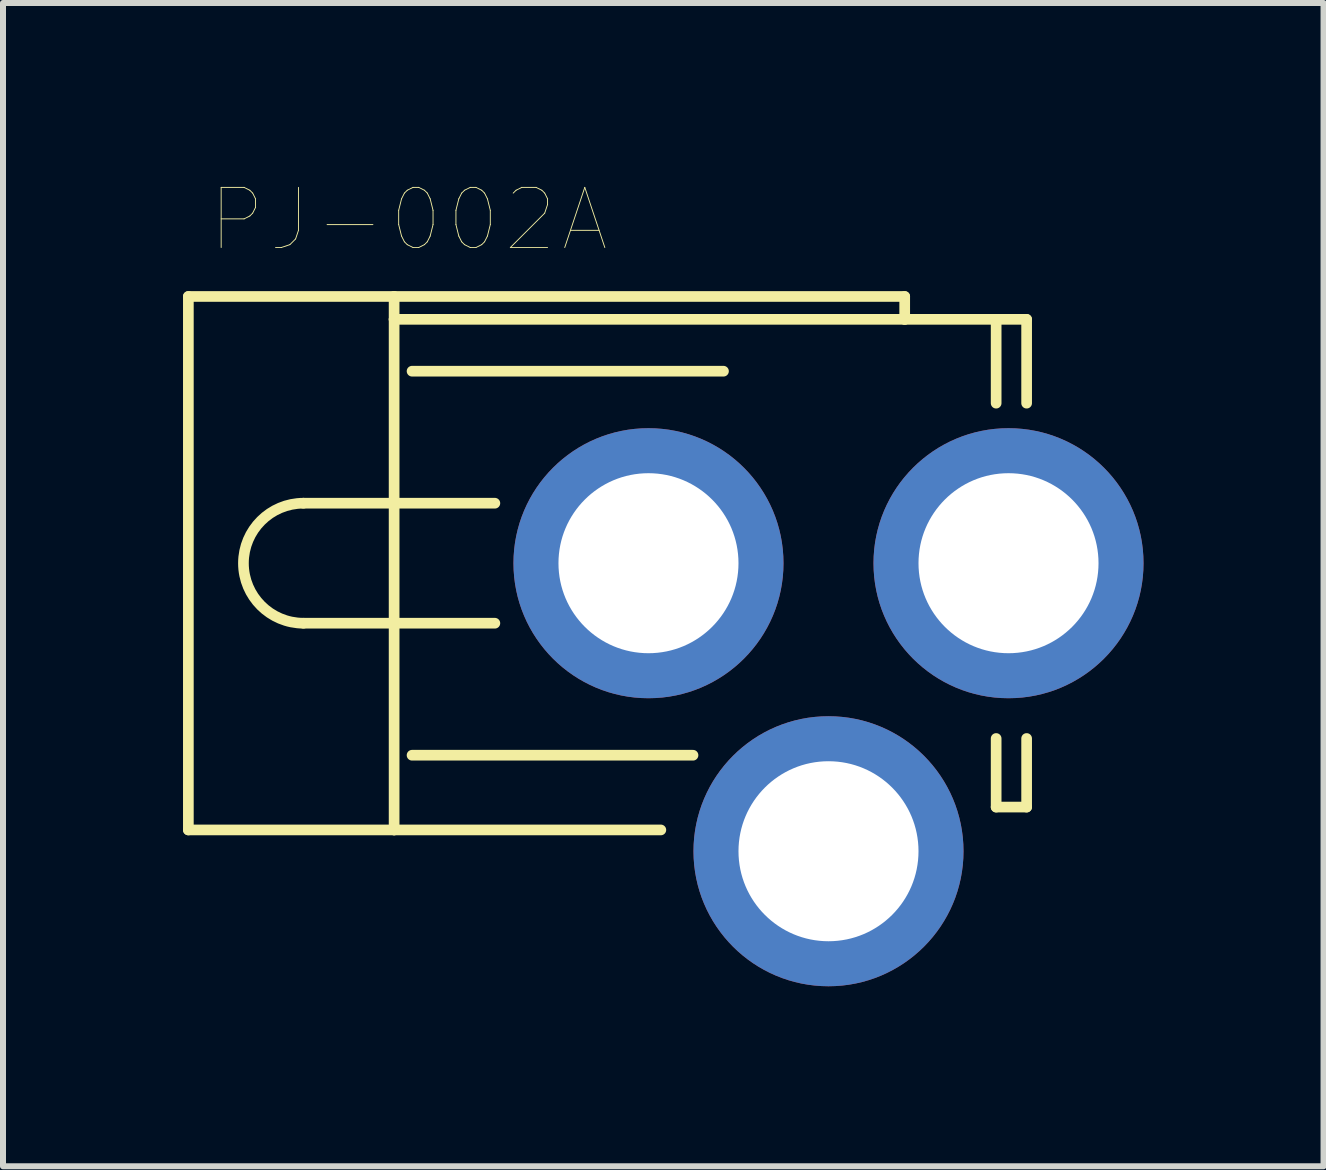
<source format=kicad_pcb>
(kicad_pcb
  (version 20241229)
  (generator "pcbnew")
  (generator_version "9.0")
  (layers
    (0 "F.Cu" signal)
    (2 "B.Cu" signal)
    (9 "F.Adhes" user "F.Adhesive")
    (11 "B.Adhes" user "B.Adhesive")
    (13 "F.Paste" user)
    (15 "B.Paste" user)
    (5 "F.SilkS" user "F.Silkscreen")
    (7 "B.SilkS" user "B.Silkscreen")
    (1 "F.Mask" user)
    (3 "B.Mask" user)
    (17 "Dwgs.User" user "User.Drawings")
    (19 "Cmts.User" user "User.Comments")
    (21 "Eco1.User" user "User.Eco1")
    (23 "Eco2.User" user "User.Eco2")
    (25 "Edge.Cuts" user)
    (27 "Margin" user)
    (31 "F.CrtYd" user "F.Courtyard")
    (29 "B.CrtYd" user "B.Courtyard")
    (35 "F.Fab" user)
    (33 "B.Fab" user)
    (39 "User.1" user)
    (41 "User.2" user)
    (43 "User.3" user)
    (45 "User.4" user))
  (footprint "PJ-002A"
    (layer "F.Cu")
    (at 10.757 6.336)
    (property "Reference" "PJ-002A" (at -6.996 -5.724 0) (layer "F.SilkS") (effects (font (size 1.002 1.002) (thickness 0.015))))
    (attr through_hole)
    (fp_line (start -10.668 -4.445) (end -7.239 -4.445) (stroke (width 0.178) (type solid)) (layer "F.SilkS"))
    (fp_line (start -10.668 4.445) (end -10.668 -4.445) (stroke (width 0.178) (type solid)) (layer "F.SilkS"))
    (fp_line (start -10.668 4.445) (end -7.239 4.445) (stroke (width 0.178) (type solid)) (layer "F.SilkS"))
    (fp_line (start -8.75 -1) (end -5.56 -1) (stroke (width 0.178) (type solid)) (layer "F.SilkS"))
    (fp_line (start -8.75 1) (end -5.56 1) (stroke (width 0.178) (type solid)) (layer "F.SilkS"))
    (fp_line (start -7.239 -4.445) (end 1.27 -4.445) (stroke (width 0.178) (type solid)) (layer "F.SilkS"))
    (fp_line (start -7.239 -4.064) (end -7.239 -4.445) (stroke (width 0.178) (type solid)) (layer "F.SilkS"))
    (fp_line (start -7.239 -4.064) (end 1.27 -4.064) (stroke (width 0.178) (type solid)) (layer "F.SilkS"))
    (fp_line (start -7.239 4.445) (end -7.239 -4.064) (stroke (width 0.178) (type solid)) (layer "F.SilkS"))
    (fp_line (start -7.239 4.445) (end -2.794 4.445) (stroke (width 0.178) (type solid)) (layer "F.SilkS"))
    (fp_line (start -6.94 -3.2) (end -1.75 -3.2) (stroke (width 0.178) (type solid)) (layer "F.SilkS"))
    (fp_line (start -6.94 3.2) (end -2.258 3.2) (stroke (width 0.178) (type solid)) (layer "F.SilkS"))
    (fp_line (start 1.27 -4.064) (end 1.27 -4.445) (stroke (width 0.178) (type solid)) (layer "F.SilkS"))
    (fp_line (start 1.27 -4.064) (end 2.794 -4.064) (stroke (width 0.178) (type solid)) (layer "F.SilkS"))
    (fp_line (start 2.794 -4.064) (end 3.302 -4.064) (stroke (width 0.178) (type solid)) (layer "F.SilkS"))
    (fp_line (start 2.794 -2.667) (end 2.794 -4.064) (stroke (width 0.178) (type solid)) (layer "F.SilkS"))
    (fp_line (start 2.794 4.064) (end 2.794 2.921) (stroke (width 0.178) (type solid)) (layer "F.SilkS"))
    (fp_line (start 2.794 4.064) (end 3.302 4.064) (stroke (width 0.178) (type solid)) (layer "F.SilkS"))
    (fp_line (start 3.302 -2.667) (end 3.302 -4.064) (stroke (width 0.178) (type solid)) (layer "F.SilkS"))
    (fp_line (start 3.302 4.064) (end 3.302 2.921) (stroke (width 0.178) (type solid)) (layer "F.SilkS"))
    (fp_arc (start -8.75 1) (mid -9.75 0) (end -8.75 -1) (stroke (width 0.1778) (type solid)) (layer "F.SilkS"))
    (pad "1" thru_hole circle (at -3 0) (size 4.5 4.5) (drill 3) (layers "*.Cu" "*.Mask"))
    (pad "2" thru_hole circle (at 0 4.8) (size 4.5 4.5) (drill 3) (layers "*.Cu" "*.Mask"))
    (pad "3" thru_hole circle (at 3 0) (size 4.5 4.5) (drill 3) (layers "*.Cu" "*.Mask")))
  (gr_rect
    (start -3 -3)
    (end 19.007 16.386)
    (stroke (width 0.1) (type default))
    (fill no)
    (layer "Edge.Cuts")))
</source>
